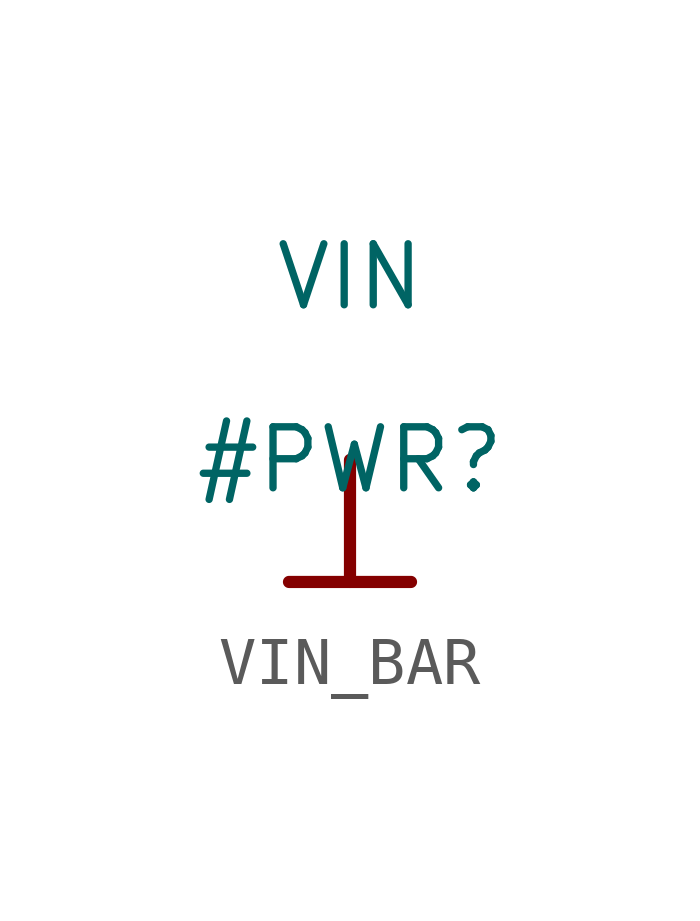
<source format=kicad_sym>
(kicad_symbol_lib
  (version 20231120)
  (generator "kicad_symbol_editor")
  (generator_version "8.0")
  (symbol "VIN_BAR"
    (power)
    (property "Reference" "#PWR"
      (at 0 0 0)
      (effects (font (size 1.27 1.27))))
    (property "Value" "VIN"
      (at 0 3.81 0)
      (effects (font (size 1.27 1.27))))
    (symbol "VIN_BAR_0_0"
      (polyline (pts (xy -1.27 -2.54) (xy 1.27 -2.54)) (stroke (width 0.254) (type solid)) (fill (type none)))
      (polyline (pts (xy 0 0) (xy 0 -2.54)) (stroke (width 0.254) (type solid)) (fill (type none)))
      (pin power_in line (at 0 0 0) (length 0) hide (name "VIN" (effects (font (size 1.27 1.27)))) (number "" (effects (font (size 1.27 1.27))))))))
</source>
